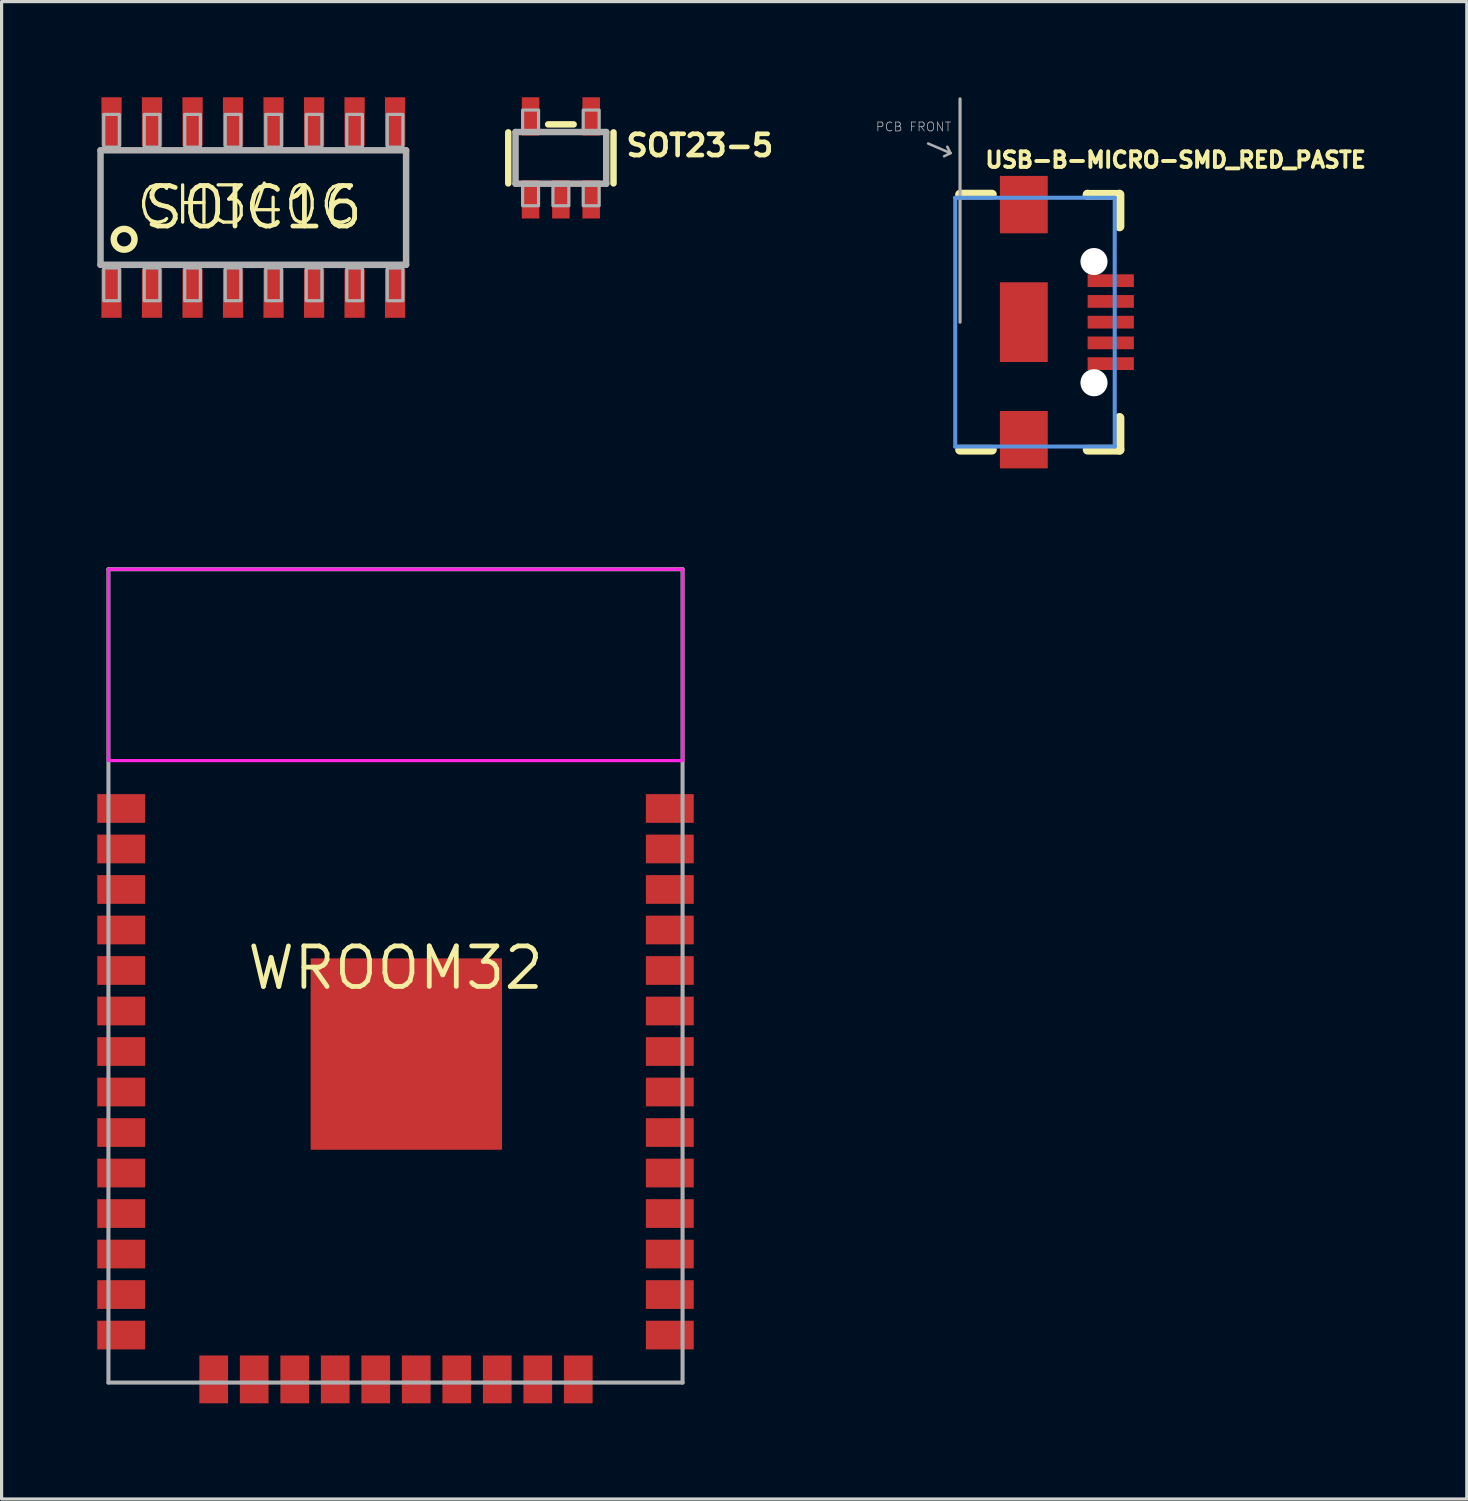
<source format=kicad_pcb>
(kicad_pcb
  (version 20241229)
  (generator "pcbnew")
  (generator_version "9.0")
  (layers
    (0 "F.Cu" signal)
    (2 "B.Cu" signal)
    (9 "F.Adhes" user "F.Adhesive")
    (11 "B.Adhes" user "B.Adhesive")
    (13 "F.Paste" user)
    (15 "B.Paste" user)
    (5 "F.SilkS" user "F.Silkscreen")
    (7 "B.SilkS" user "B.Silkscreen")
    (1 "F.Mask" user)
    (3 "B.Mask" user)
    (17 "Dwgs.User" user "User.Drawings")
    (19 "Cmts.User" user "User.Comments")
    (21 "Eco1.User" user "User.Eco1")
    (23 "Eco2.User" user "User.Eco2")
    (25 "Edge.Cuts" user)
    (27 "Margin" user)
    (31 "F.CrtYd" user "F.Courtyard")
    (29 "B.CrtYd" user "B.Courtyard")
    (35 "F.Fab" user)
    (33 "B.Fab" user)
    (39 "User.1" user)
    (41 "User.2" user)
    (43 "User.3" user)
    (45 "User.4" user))
  (footprint "SOIC16"
    (layer "F.Cu")
    (at 4.892 3.457)
    (property "Reference" "SOIC16" (at 0 0 0) (layer "F.SilkS") (effects (font (size 1.27 1.27) (thickness 0.15))))
    (fp_circle (center -4.05 0.995) (end -3.724 0.995) (stroke (width 0.203) (type solid)) (fill no) (layer "F.SilkS"))
    (fp_line (start -4.79 -1.795) (end 4.79 -1.795) (stroke (width 0.203) (type solid)) (layer "F.Fab"))
    (fp_line (start -4.79 1.795) (end -4.79 -1.795) (stroke (width 0.203) (type solid)) (layer "F.Fab"))
    (fp_line (start 4.79 -1.795) (end 4.79 1.795) (stroke (width 0.203) (type solid)) (layer "F.Fab"))
    (fp_line (start 4.79 1.795) (end -4.79 1.795) (stroke (width 0.203) (type solid)) (layer "F.Fab"))
    (fp_poly (pts (xy -4.69 -1.895) (xy -4.2 -1.895) (xy -4.2 -2.921) (xy -4.69 -2.921)) (stroke (width 0.1) (type solid)) (fill no) (layer "F.Fab"))
    (fp_poly (pts (xy -4.69 2.921) (xy -4.2 2.921) (xy -4.2 1.895) (xy -4.69 1.895)) (stroke (width 0.1) (type solid)) (fill no) (layer "F.Fab"))
    (fp_poly (pts (xy -3.42 -1.895) (xy -2.93 -1.895) (xy -2.93 -2.921) (xy -3.42 -2.921)) (stroke (width 0.1) (type solid)) (fill no) (layer "F.Fab"))
    (fp_poly (pts (xy -3.42 2.921) (xy -2.93 2.921) (xy -2.93 1.895) (xy -3.42 1.895)) (stroke (width 0.1) (type solid)) (fill no) (layer "F.Fab"))
    (fp_poly (pts (xy -2.15 -1.895) (xy -1.66 -1.895) (xy -1.66 -2.921) (xy -2.15 -2.921)) (stroke (width 0.1) (type solid)) (fill no) (layer "F.Fab"))
    (fp_poly (pts (xy -2.15 2.921) (xy -1.66 2.921) (xy -1.66 1.895) (xy -2.15 1.895)) (stroke (width 0.1) (type solid)) (fill no) (layer "F.Fab"))
    (fp_poly (pts (xy -0.88 -1.895) (xy -0.39 -1.895) (xy -0.39 -2.921) (xy -0.88 -2.921)) (stroke (width 0.1) (type solid)) (fill no) (layer "F.Fab"))
    (fp_poly (pts (xy -0.88 2.921) (xy -0.39 2.921) (xy -0.39 1.895) (xy -0.88 1.895)) (stroke (width 0.1) (type solid)) (fill no) (layer "F.Fab"))
    (fp_poly (pts (xy 0.39 -1.895) (xy 0.88 -1.895) (xy 0.88 -2.921) (xy 0.39 -2.921)) (stroke (width 0.1) (type solid)) (fill no) (layer "F.Fab"))
    (fp_poly (pts (xy 0.39 2.921) (xy 0.88 2.921) (xy 0.88 1.895) (xy 0.39 1.895)) (stroke (width 0.1) (type solid)) (fill no) (layer "F.Fab"))
    (fp_poly (pts (xy 1.66 -1.895) (xy 2.15 -1.895) (xy 2.15 -2.921) (xy 1.66 -2.921)) (stroke (width 0.1) (type solid)) (fill no) (layer "F.Fab"))
    (fp_poly (pts (xy 1.66 2.921) (xy 2.15 2.921) (xy 2.15 1.895) (xy 1.66 1.895)) (stroke (width 0.1) (type solid)) (fill no) (layer "F.Fab"))
    (fp_poly (pts (xy 2.93 -1.895) (xy 3.42 -1.895) (xy 3.42 -2.921) (xy 2.93 -2.921)) (stroke (width 0.1) (type solid)) (fill no) (layer "F.Fab"))
    (fp_poly (pts (xy 2.93 2.921) (xy 3.42 2.921) (xy 3.42 1.895) (xy 2.93 1.895)) (stroke (width 0.1) (type solid)) (fill no) (layer "F.Fab"))
    (fp_poly (pts (xy 4.2 -1.895) (xy 4.69 -1.895) (xy 4.69 -2.921) (xy 4.2 -2.921)) (stroke (width 0.1) (type solid)) (fill no) (layer "F.Fab"))
    (fp_poly (pts (xy 4.2 2.921) (xy 4.69 2.921) (xy 4.69 1.895) (xy 4.2 1.895)) (stroke (width 0.1) (type solid)) (fill no) (layer "F.Fab"))
    (fp_text user "CH340C" (at 3.302 -0.762 0) (layer "F.SilkS") (effects (font (size 1.168 1.168) (thickness 0.102)) (justify right top)))
    (pad "1" smd rect (at -4.445 2.695) (size 0.635 1.524) (layers "F.Cu" "F.Mask" "F.Paste"))
    (pad "2" smd rect (at -3.175 2.695) (size 0.635 1.524) (layers "F.Cu" "F.Mask" "F.Paste"))
    (pad "3" smd rect (at -1.905 2.695) (size 0.635 1.524) (layers "F.Cu" "F.Mask" "F.Paste"))
    (pad "4" smd rect (at -0.635 2.695) (size 0.635 1.524) (layers "F.Cu" "F.Mask" "F.Paste"))
    (pad "5" smd rect (at 0.635 2.695) (size 0.635 1.524) (layers "F.Cu" "F.Mask" "F.Paste"))
    (pad "6" smd rect (at 1.905 2.695) (size 0.635 1.524) (layers "F.Cu" "F.Mask" "F.Paste"))
    (pad "7" smd rect (at 3.175 2.695) (size 0.635 1.524) (layers "F.Cu" "F.Mask" "F.Paste"))
    (pad "8" smd rect (at 4.445 2.695) (size 0.635 1.524) (layers "F.Cu" "F.Mask" "F.Paste"))
    (pad "9" smd rect (at 4.445 -2.695) (size 0.635 1.524) (layers "F.Cu" "F.Mask" "F.Paste"))
    (pad "10" smd rect (at 3.175 -2.695) (size 0.635 1.524) (layers "F.Cu" "F.Mask" "F.Paste"))
    (pad "11" smd rect (at 1.905 -2.695) (size 0.635 1.524) (layers "F.Cu" "F.Mask" "F.Paste"))
    (pad "12" smd rect (at 0.635 -2.695) (size 0.635 1.524) (layers "F.Cu" "F.Mask" "F.Paste"))
    (pad "13" smd rect (at -0.635 -2.695) (size 0.635 1.524) (layers "F.Cu" "F.Mask" "F.Paste"))
    (pad "14" smd rect (at -1.905 -2.695) (size 0.635 1.524) (layers "F.Cu" "F.Mask" "F.Paste"))
    (pad "15" smd rect (at -3.175 -2.695) (size 0.635 1.524) (layers "F.Cu" "F.Mask" "F.Paste"))
    (pad "16" smd rect (at -4.445 -2.695) (size 0.635 1.524) (layers "F.Cu" "F.Mask" "F.Paste")))
  (footprint "SOT23-5"
    (layer "F.Cu")
    (at 14.535 1.9)
    (property "Reference" "SOT23-5" (at 1.978 0 0) (layer "F.SilkS") (effects (font (size 0.666 0.666) (thickness 0.146)) (justify left bottom)))
    (fp_line (start -1.65 -0.8) (end -1.65 0.8) (stroke (width 0.203) (type solid)) (layer "F.SilkS"))
    (fp_line (start -0.4 -1.05) (end 0.4 -1.05) (stroke (width 0.203) (type solid)) (layer "F.SilkS"))
    (fp_line (start 1.65 -0.8) (end 1.65 0.8) (stroke (width 0.203) (type solid)) (layer "F.SilkS"))
    (fp_line (start -1.422 -0.81) (end 1.422 -0.81) (stroke (width 0.203) (type solid)) (layer "F.Fab"))
    (fp_line (start -1.422 0.81) (end -1.422 -0.81) (stroke (width 0.203) (type solid)) (layer "F.Fab"))
    (fp_line (start 1.422 -0.81) (end 1.422 0.81) (stroke (width 0.203) (type solid)) (layer "F.Fab"))
    (fp_line (start 1.422 0.81) (end -1.422 0.81) (stroke (width 0.203) (type solid)) (layer "F.Fab"))
    (fp_poly (pts (xy -1.2 -0.85) (xy -0.7 -0.85) (xy -0.7 -1.5) (xy -1.2 -1.5)) (stroke (width 0.1) (type solid)) (fill no) (layer "F.Fab"))
    (fp_poly (pts (xy -1.2 1.5) (xy -0.7 1.5) (xy -0.7 0.85) (xy -1.2 0.85)) (stroke (width 0.1) (type solid)) (fill no) (layer "F.Fab"))
    (fp_poly (pts (xy -0.25 1.5) (xy 0.25 1.5) (xy 0.25 0.85) (xy -0.25 0.85)) (stroke (width 0.1) (type solid)) (fill no) (layer "F.Fab"))
    (fp_poly (pts (xy 0.7 -0.85) (xy 1.2 -0.85) (xy 1.2 -1.5) (xy 0.7 -1.5)) (stroke (width 0.1) (type solid)) (fill no) (layer "F.Fab"))
    (fp_poly (pts (xy 0.7 1.5) (xy 1.2 1.5) (xy 1.2 0.85) (xy 0.7 0.85)) (stroke (width 0.1) (type solid)) (fill no) (layer "F.Fab"))
    (pad "1" smd rect (at -0.95 1.3) (size 0.55 1.2) (layers "F.Cu" "F.Mask" "F.Paste"))
    (pad "2" smd rect (at 0 1.3) (size 0.55 1.2) (layers "F.Cu" "F.Mask" "F.Paste"))
    (pad "3" smd rect (at 0.95 1.3) (size 0.55 1.2) (layers "F.Cu" "F.Mask" "F.Paste"))
    (pad "4" smd rect (at 0.95 -1.3) (size 0.55 1.2) (layers "F.Cu" "F.Mask" "F.Paste"))
    (pad "5" smd rect (at -0.95 -1.3) (size 0.55 1.2) (layers "F.Cu" "F.Mask" "F.Paste")))
  (footprint "USB-B-MICRO-SMD_RED_PASTE"
    (layer "F.Cu")
    (at 29.049 7.05)
    (property "Reference" "USB-B-MICRO-SMD_RED_PASTE" (at -1.27 -4.801 0) (layer "F.SilkS") (effects (font (size 0.488 0.488) (thickness 0.122)) (justify left bottom)))
    (fp_poly (pts (xy -0.85 -2.684) (xy 0.85 -2.684) (xy 0.85 -4.684) (xy -0.85 -4.684)) (stroke (width 0) (type solid)) (fill yes) (layer "F.Mask"))
    (fp_poly (pts (xy -0.85 1.35) (xy 0.85 1.35) (xy 0.85 -1.35) (xy -0.85 -1.35)) (stroke (width 0) (type solid)) (fill yes) (layer "F.Mask"))
    (fp_poly (pts (xy -0.85 4.684) (xy 0.85 4.684) (xy 0.85 2.684) (xy -0.85 2.684)) (stroke (width 0) (type solid)) (fill yes) (layer "F.Mask"))
    (fp_line (start -1 -4) (end -2 -4) (stroke (width 0.305) (type solid)) (layer "F.SilkS"))
    (fp_line (start -1 4) (end -2 4) (stroke (width 0.305) (type solid)) (layer "F.SilkS"))
    (fp_line (start 2 -3.993) (end 2 -4) (stroke (width 0.305) (type solid)) (layer "F.SilkS"))
    (fp_line (start 2 4) (end 3 4) (stroke (width 0.305) (type solid)) (layer "F.SilkS"))
    (fp_line (start 2.982 -3.993) (end 2 -3.993) (stroke (width 0.305) (type solid)) (layer "F.SilkS"))
    (fp_line (start 3 -4) (end 3 -3) (stroke (width 0.305) (type solid)) (layer "F.SilkS"))
    (fp_line (start 3 4) (end 3 3) (stroke (width 0.305) (type solid)) (layer "F.SilkS"))
    (fp_poly (pts (xy -0.75 -2.784) (xy 0.75 -2.784) (xy 0.75 -4.584) (xy -0.75 -4.584)) (stroke (width 0) (type solid)) (fill yes) (layer "F.Paste"))
    (fp_poly (pts (xy -0.75 4.584) (xy 0.75 4.584) (xy 0.75 2.784) (xy -0.75 2.784)) (stroke (width 0) (type solid)) (fill yes) (layer "F.Paste"))
    (fp_poly (pts (xy -0.35 0.75) (xy 0.35 0.75) (xy 0.35 -0.75) (xy -0.35 -0.75)) (stroke (width 0) (type solid)) (fill yes) (layer "F.Paste"))
    (fp_poly (pts (xy 2.1 -0.5) (xy 3.35 -0.5) (xy 3.35 -0.8) (xy 2.1 -0.8)) (stroke (width 0) (type solid)) (fill yes) (layer "F.Paste"))
    (fp_poly (pts (xy 2.1 0.15) (xy 3.35 0.15) (xy 3.35 -0.15) (xy 2.1 -0.15)) (stroke (width 0) (type solid)) (fill yes) (layer "F.Paste"))
    (fp_poly (pts (xy 2.1 0.8) (xy 3.35 0.8) (xy 3.35 0.5) (xy 2.1 0.5)) (stroke (width 0) (type solid)) (fill yes) (layer "F.Paste"))
    (fp_line (start -2.15 -3.9) (end -2.15 3.9) (stroke (width 0.127) (type solid)) (layer "Cmts.User"))
    (fp_line (start 2.85 -3.9) (end -2.15 -3.9) (stroke (width 0.127) (type solid)) (layer "Cmts.User"))
    (fp_line (start 2.85 -3.9) (end 2.85 3.9) (stroke (width 0.127) (type solid)) (layer "Cmts.User"))
    (fp_line (start 2.85 3.9) (end -2.15 3.9) (stroke (width 0.127) (type solid)) (layer "Cmts.User"))
    (fp_line (start -3 -5.6) (end -2.3 -5.3) (stroke (width 0.08) (type solid)) (layer "F.Fab"))
    (fp_line (start -2.3 -5.3) (end -2.5 -5.2) (stroke (width 0.08) (type solid)) (layer "F.Fab"))
    (fp_line (start -2.3 -5.3) (end -2.4 -5.5) (stroke (width 0.08) (type solid)) (layer "F.Fab"))
    (fp_line (start -2 -7) (end -2 0) (stroke (width 0.1) (type solid)) (layer "F.Fab"))
    (fp_text user "PCB FRONT" (at -4.66 -5.96 0) (layer "F.Fab") (effects (font (size 0.28 0.28) (thickness 0.024)) (justify left bottom)))
    (pad "" np_thru_hole circle (at 2.2 -1.9) (size 0.85 0.85) (drill 0.85) (layers "*.Cu" "*.Mask"))
    (pad "" np_thru_hole circle (at 2.2 1.9) (size 0.85 0.85) (drill 0.85) (layers "*.Cu" "*.Mask"))
    (pad "D+" smd rect (at 2.725 0 90) (size 0.4 1.45) (layers "F.Cu" "F.Mask"))
    (pad "D-" smd rect (at 2.725 -0.65 90) (size 0.4 1.45) (layers "F.Cu" "F.Mask"))
    (pad "GND" smd rect (at 2.725 1.3 90) (size 0.4 1.45) (layers "F.Cu" "F.Mask" "F.Paste"))
    (pad "ID" smd rect (at 2.725 0.65 90) (size 0.4 1.45) (layers "F.Cu" "F.Mask"))
    (pad "SHIELD1" smd rect (at 0 -3.685 90) (size 1.8 1.5) (layers "F.Cu"))
    (pad "SHIELD2" smd rect (at 0 3.685 90) (size 1.8 1.5) (layers "F.Cu"))
    (pad "SHIELD3" smd rect (at 0 0 90) (size 2.5 1.5) (layers "F.Cu"))
    (pad "VBUS" smd rect (at 2.725 -1.3 90) (size 0.4 1.45) (layers "F.Cu" "F.Mask" "F.Paste")))
  (footprint "WROOM32"
    (layer "F.Cu")
    (at 9.35 27.297)
    (property "Reference" "WROOM32" (at 0 0 0) (layer "F.SilkS") (effects (font (size 1.27 1.27) (thickness 0.15))))
    (fp_poly (pts (xy -9 -6.5) (xy 9 -6.5) (xy 9 -12.5) (xy -9 -12.5)) (stroke (width 0.1) (type solid)) (fill no) (layer "F.CrtYd"))
    (fp_line (start -9 -12.5) (end -9 13) (stroke (width 0.127) (type solid)) (layer "F.Fab"))
    (fp_line (start -9 13) (end 9 13) (stroke (width 0.127) (type solid)) (layer "F.Fab"))
    (fp_line (start 9 -12.5) (end -9 -12.5) (stroke (width 0.127) (type solid)) (layer "F.Fab"))
    (fp_line (start 9 13) (end 9 -12.5) (stroke (width 0.127) (type solid)) (layer "F.Fab"))
    (pad "1" smd rect (at -8.6 -5 180) (size 1.5 0.9) (layers "F.Cu" "F.Mask" "F.Paste"))
    (pad "2" smd rect (at -8.6 -3.73 180) (size 1.5 0.9) (layers "F.Cu" "F.Mask" "F.Paste"))
    (pad "3" smd rect (at -8.6 -2.46 180) (size 1.5 0.9) (layers "F.Cu" "F.Mask" "F.Paste"))
    (pad "4" smd rect (at -8.6 -1.19 180) (size 1.5 0.9) (layers "F.Cu" "F.Mask" "F.Paste"))
    (pad "5" smd rect (at -8.6 0.08 180) (size 1.5 0.9) (layers "F.Cu" "F.Mask" "F.Paste"))
    (pad "6" smd rect (at -8.6 1.35 180) (size 1.5 0.9) (layers "F.Cu" "F.Mask" "F.Paste"))
    (pad "7" smd rect (at -8.6 2.62 180) (size 1.5 0.9) (layers "F.Cu" "F.Mask" "F.Paste"))
    (pad "8" smd rect (at -8.6 3.89 180) (size 1.5 0.9) (layers "F.Cu" "F.Mask" "F.Paste"))
    (pad "9" smd rect (at -8.6 5.16 180) (size 1.5 0.9) (layers "F.Cu" "F.Mask" "F.Paste"))
    (pad "10" smd rect (at -8.6 6.43 180) (size 1.5 0.9) (layers "F.Cu" "F.Mask" "F.Paste"))
    (pad "11" smd rect (at -8.6 7.7 180) (size 1.5 0.9) (layers "F.Cu" "F.Mask" "F.Paste"))
    (pad "12" smd rect (at -8.6 8.97 180) (size 1.5 0.9) (layers "F.Cu" "F.Mask" "F.Paste"))
    (pad "13" smd rect (at -8.6 10.24 180) (size 1.5 0.9) (layers "F.Cu" "F.Mask" "F.Paste"))
    (pad "14" smd rect (at -8.6 11.51 180) (size 1.5 0.9) (layers "F.Cu" "F.Mask" "F.Paste"))
    (pad "15" smd rect (at -5.7 12.9 270) (size 1.5 0.9) (layers "F.Cu" "F.Mask" "F.Paste"))
    (pad "16" smd rect (at -4.43 12.9 270) (size 1.5 0.9) (layers "F.Cu" "F.Mask" "F.Paste"))
    (pad "17" smd rect (at -3.16 12.9 270) (size 1.5 0.9) (layers "F.Cu" "F.Mask" "F.Paste"))
    (pad "18" smd rect (at -1.89 12.9 270) (size 1.5 0.9) (layers "F.Cu" "F.Mask" "F.Paste"))
    (pad "19" smd rect (at -0.62 12.9 270) (size 1.5 0.9) (layers "F.Cu" "F.Mask" "F.Paste"))
    (pad "20" smd rect (at 0.65 12.9 270) (size 1.5 0.9) (layers "F.Cu" "F.Mask" "F.Paste"))
    (pad "21" smd rect (at 1.92 12.9 270) (size 1.5 0.9) (layers "F.Cu" "F.Mask" "F.Paste"))
    (pad "22" smd rect (at 3.19 12.9 270) (size 1.5 0.9) (layers "F.Cu" "F.Mask" "F.Paste"))
    (pad "23" smd rect (at 4.46 12.9 270) (size 1.5 0.9) (layers "F.Cu" "F.Mask" "F.Paste"))
    (pad "24" smd rect (at 5.73 12.9 270) (size 1.5 0.9) (layers "F.Cu" "F.Mask" "F.Paste"))
    (pad "25" smd rect (at 8.6 11.51) (size 1.5 0.9) (layers "F.Cu" "F.Mask" "F.Paste"))
    (pad "26" smd rect (at 8.6 10.24) (size 1.5 0.9) (layers "F.Cu" "F.Mask" "F.Paste"))
    (pad "27" smd rect (at 8.6 8.97) (size 1.5 0.9) (layers "F.Cu" "F.Mask" "F.Paste"))
    (pad "28" smd rect (at 8.6 7.7) (size 1.5 0.9) (layers "F.Cu" "F.Mask" "F.Paste"))
    (pad "29" smd rect (at 8.6 6.43) (size 1.5 0.9) (layers "F.Cu" "F.Mask" "F.Paste"))
    (pad "30" smd rect (at 8.6 5.16) (size 1.5 0.9) (layers "F.Cu" "F.Mask" "F.Paste"))
    (pad "31" smd rect (at 8.6 3.89) (size 1.5 0.9) (layers "F.Cu" "F.Mask" "F.Paste"))
    (pad "32" smd rect (at 8.6 2.62) (size 1.5 0.9) (layers "F.Cu" "F.Mask" "F.Paste"))
    (pad "33" smd rect (at 8.6 1.35) (size 1.5 0.9) (layers "F.Cu" "F.Mask" "F.Paste"))
    (pad "34" smd rect (at 8.6 0.08) (size 1.5 0.9) (layers "F.Cu" "F.Mask" "F.Paste"))
    (pad "35" smd rect (at 8.6 -1.19) (size 1.5 0.9) (layers "F.Cu" "F.Mask" "F.Paste"))
    (pad "36" smd rect (at 8.6 -2.46) (size 1.5 0.9) (layers "F.Cu" "F.Mask" "F.Paste"))
    (pad "37" smd rect (at 8.6 -3.73) (size 1.5 0.9) (layers "F.Cu" "F.Mask" "F.Paste"))
    (pad "38" smd rect (at 8.6 -5) (size 1.5 0.9) (layers "F.Cu" "F.Mask" "F.Paste"))
    (pad "P$1" smd rect (at 0.34 2.7) (size 6 6) (layers "F.Cu" "F.Mask" "F.Paste")))
  (gr_rect
    (start -3 -3)
    (end 42.937 43.947)
    (stroke (width 0.1) (type default))
    (fill no)
    (layer "Edge.Cuts")))
</source>
